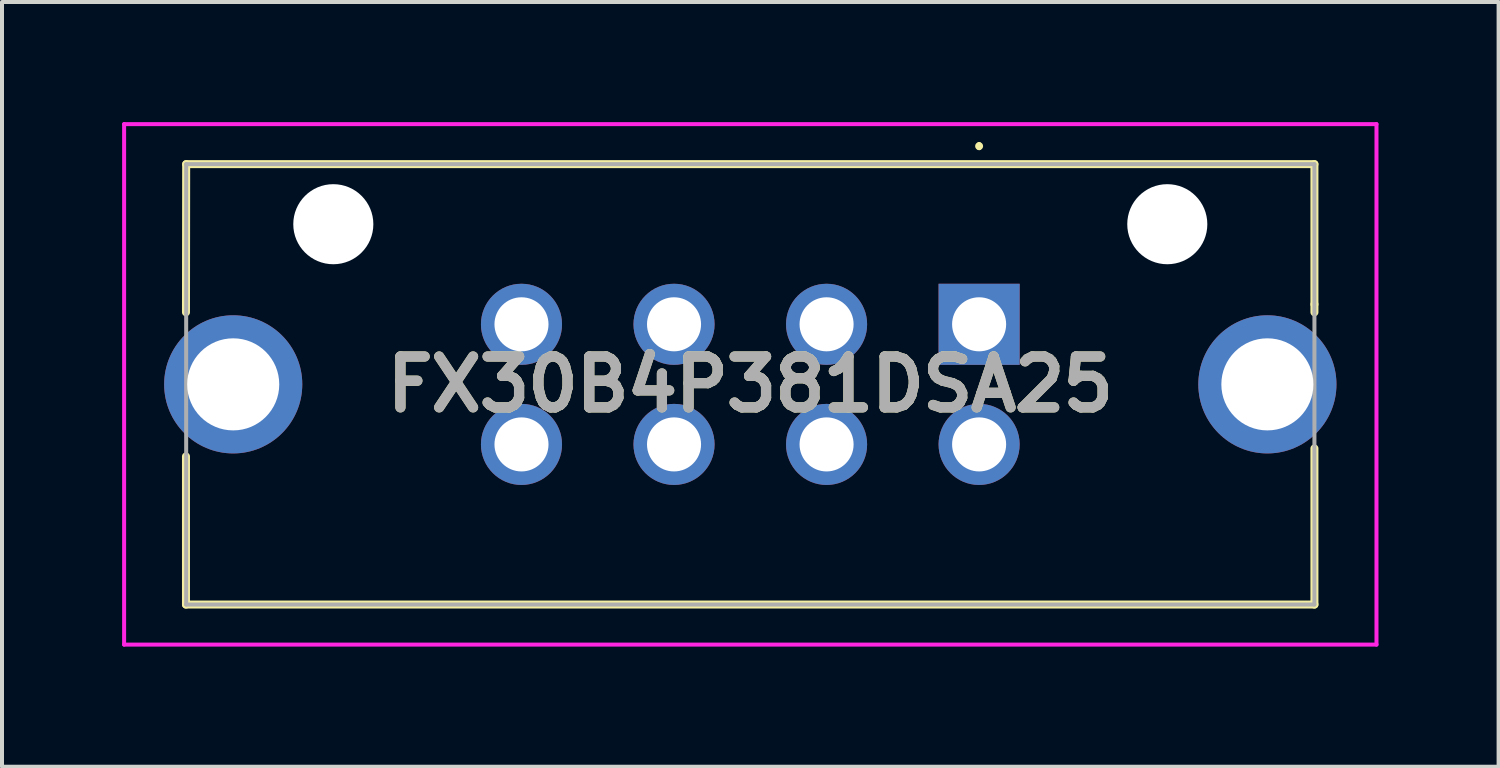
<source format=kicad_pcb>
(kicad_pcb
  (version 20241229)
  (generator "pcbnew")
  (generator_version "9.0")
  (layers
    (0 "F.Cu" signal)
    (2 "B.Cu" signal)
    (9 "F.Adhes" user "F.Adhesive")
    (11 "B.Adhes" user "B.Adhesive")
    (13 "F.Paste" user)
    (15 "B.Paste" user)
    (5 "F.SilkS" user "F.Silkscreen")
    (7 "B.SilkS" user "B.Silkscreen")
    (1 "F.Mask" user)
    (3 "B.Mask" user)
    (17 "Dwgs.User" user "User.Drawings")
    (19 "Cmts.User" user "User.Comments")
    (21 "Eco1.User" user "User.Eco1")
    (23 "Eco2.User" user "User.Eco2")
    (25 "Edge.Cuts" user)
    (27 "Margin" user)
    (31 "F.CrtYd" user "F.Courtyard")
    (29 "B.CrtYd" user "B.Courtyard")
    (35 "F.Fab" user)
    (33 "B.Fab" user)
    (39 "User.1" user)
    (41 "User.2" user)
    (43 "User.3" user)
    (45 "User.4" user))
  (footprint "FX30B4P381DSA25"
    (layer "F.Cu")
    (at 21.405 5.05)
    (property "Reference" "FX30B4P381DSA25" (at -5.715 1.5 0) (layer "F.SilkS") (effects (font (size 1.27 1.27) (thickness 0.254))))
    (attr through_hole)
    (fp_line (start -19.81 -0.3) (end -19.805 -4) (stroke (width 0.2) (type solid)) (layer "F.SilkS"))
    (fp_line (start -19.81 3.3) (end -19.81 7) (stroke (width 0.2) (type solid)) (layer "F.SilkS"))
    (fp_line (start -19.81 7) (end 8.375 7) (stroke (width 0.2) (type solid)) (layer "F.SilkS"))
    (fp_line (start -19.805 -4) (end 8.375 -4) (stroke (width 0.2) (type solid)) (layer "F.SilkS"))
    (fp_line (start 0 -4.5) (end 0 -4.5) (stroke (width 0.1) (type solid)) (layer "F.SilkS"))
    (fp_line (start 0 -4.4) (end 0 -4.4) (stroke (width 0.1) (type solid)) (layer "F.SilkS"))
    (fp_line (start 8.375 -4) (end 8.375 -0.5) (stroke (width 0.2) (type solid)) (layer "F.SilkS"))
    (fp_line (start 8.375 -0.5) (end 8.375 -0.3) (stroke (width 0.2) (type solid)) (layer "F.SilkS"))
    (fp_line (start 8.375 7) (end 8.375 3.1) (stroke (width 0.2) (type solid)) (layer "F.SilkS"))
    (fp_arc (start 0 -4.5) (mid 0.05 -4.45) (end 0 -4.4) (stroke (width 0.1) (type solid)) (layer "F.SilkS"))
    (fp_arc (start 0 -4.4) (mid -0.05 -4.45) (end 0 -4.5) (stroke (width 0.1) (type solid)) (layer "F.SilkS"))
    (fp_line (start -21.355 -5) (end 9.925 -5) (stroke (width 0.1) (type solid)) (layer "F.CrtYd"))
    (fp_line (start -21.355 8) (end -21.355 -5) (stroke (width 0.1) (type solid)) (layer "F.CrtYd"))
    (fp_line (start 9.925 -5) (end 9.925 8) (stroke (width 0.1) (type solid)) (layer "F.CrtYd"))
    (fp_line (start 9.925 8) (end -21.355 8) (stroke (width 0.1) (type solid)) (layer "F.CrtYd"))
    (fp_line (start -19.805 -4) (end 8.375 -4) (stroke (width 0.1) (type solid)) (layer "F.Fab"))
    (fp_line (start -19.805 7) (end -19.805 -4) (stroke (width 0.1) (type solid)) (layer "F.Fab"))
    (fp_line (start 8.375 -4) (end 8.375 7) (stroke (width 0.1) (type solid)) (layer "F.Fab"))
    (fp_line (start 8.375 7) (end -19.805 7) (stroke (width 0.1) (type solid)) (layer "F.Fab"))
    (fp_text user "${REFERENCE}" (at -5.715 1.5 0) (layer "F.Fab") (effects (font (size 1.27 1.27) (thickness 0.254))))
    (pad "" np_thru_hole circle (at -16.13 -2.5) (size 2 2) (drill 2) (layers "*.Cu" "*.Mask"))
    (pad "" np_thru_hole circle (at 4.7 -2.5) (size 2 2) (drill 2) (layers "*.Cu" "*.Mask"))
    (pad "A1" thru_hole rect (at 0 0) (size 2.025 2.025) (drill 1.35) (layers "*.Cu" "*.Mask"))
    (pad "A2" thru_hole circle (at 0 3) (size 2.025 2.025) (drill 1.35) (layers "*.Cu" "*.Mask"))
    (pad "B1" thru_hole circle (at -3.81 0) (size 2.025 2.025) (drill 1.35) (layers "*.Cu" "*.Mask"))
    (pad "B2" thru_hole circle (at -3.81 3) (size 2.025 2.025) (drill 1.35) (layers "*.Cu" "*.Mask"))
    (pad "C1" thru_hole circle (at -7.62 0) (size 2.025 2.025) (drill 1.35) (layers "*.Cu" "*.Mask"))
    (pad "C2" thru_hole circle (at -7.62 3) (size 2.025 2.025) (drill 1.35) (layers "*.Cu" "*.Mask"))
    (pad "D1" thru_hole circle (at -11.43 0) (size 2.025 2.025) (drill 1.35) (layers "*.Cu" "*.Mask"))
    (pad "D2" thru_hole circle (at -11.43 3) (size 2.025 2.025) (drill 1.35) (layers "*.Cu" "*.Mask"))
    (pad "MH1" thru_hole circle (at 7.2 1.5) (size 3.45 3.45) (drill 2.3) (layers "*.Cu" "*.Mask"))
    (pad "MH2" thru_hole circle (at -18.63 1.5) (size 3.45 3.45) (drill 2.3) (layers "*.Cu" "*.Mask")))
  (gr_rect
    (start -3 -3)
    (end 34.38 16.1)
    (stroke (width 0.1) (type default))
    (fill no)
    (layer "Edge.Cuts")))
</source>
